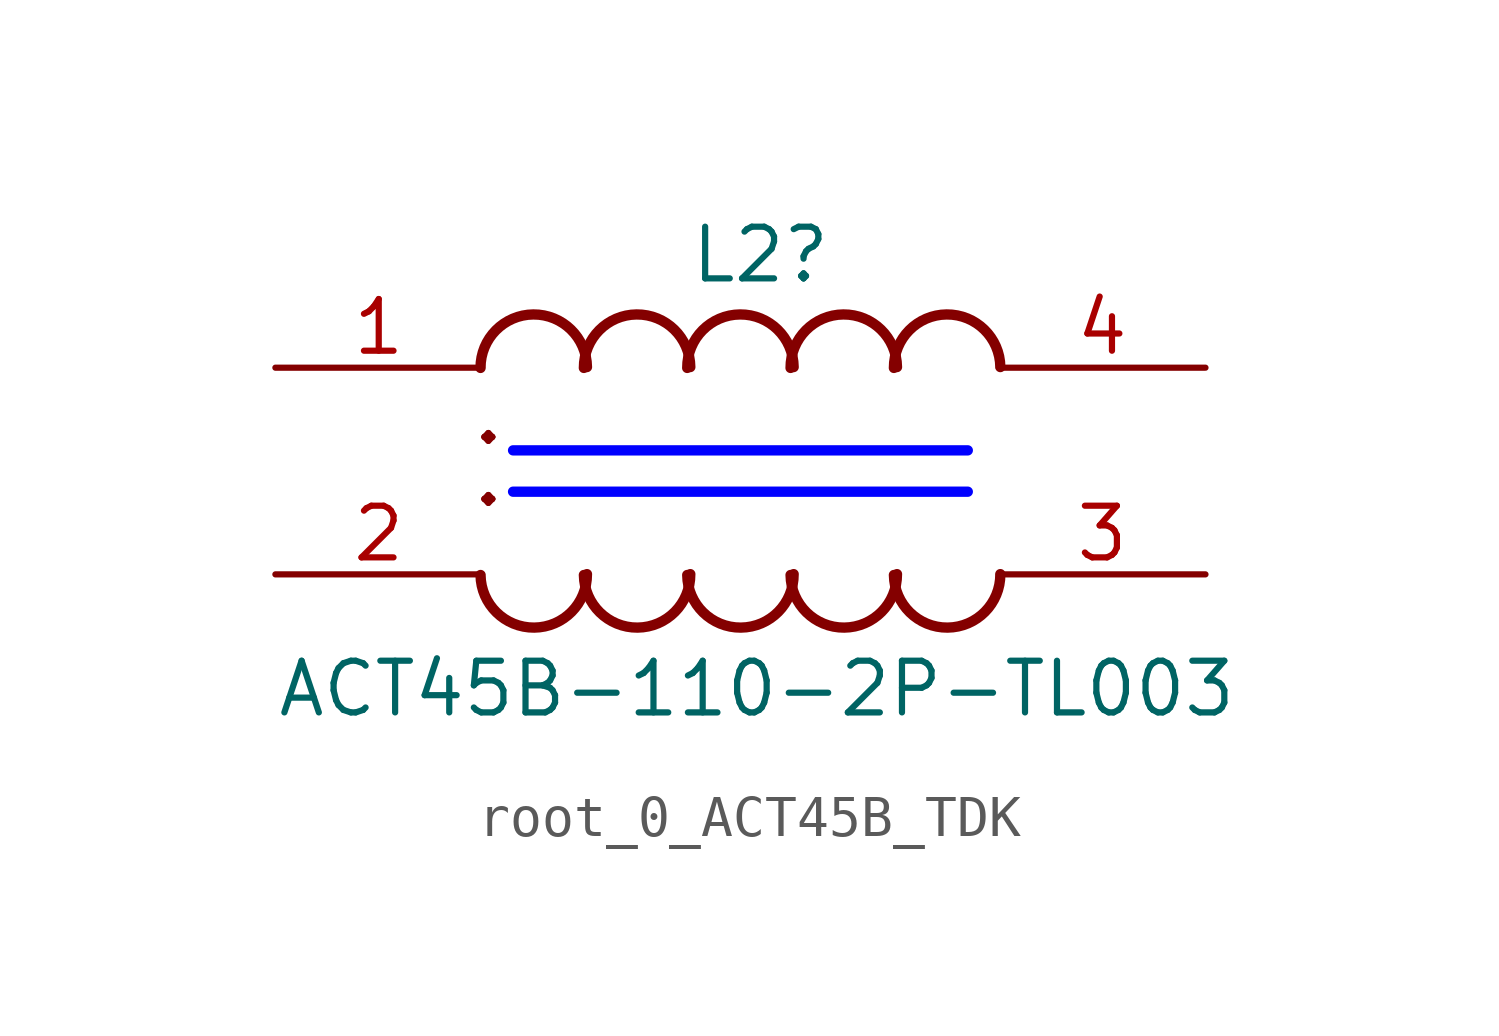
<source format=kicad_sym>
(kicad_symbol_lib
  (version 20220914)
  (generator kicad_symbol_editor)
  (symbol "root_0_ACT45B_TDK"
    (property "Reference" "L2"
      (at 10.16 2.032 0)
      (effects (font (size 1.27 1.27)) (justify left bottom)))
    (property "Value" "ACT45B-110-2P-TL003"
      (at 0 -8.636 0)
      (effects (font (size 1.27 1.27)) (justify left bottom)))
    (symbol "root_0_ACT45B_TDK_1_0"
      (polyline (pts (xy 5.842 -3.048) (xy 17.018 -3.048)) (stroke (width 0.254) (type solid) (color 0 0 255 1)) (fill (type none)))
      (polyline (pts (xy 5.842 -2.032) (xy 17.018 -2.032)) (stroke (width 0.254) (type solid) (color 0 0 255 1)) (fill (type none)))
      (arc (start 5.0421 -5.0955) (mid 6.3606 -6.3879) (end 7.658 -5.0743) (stroke (width 0.254) (type solid)) (fill (type none)))
      (arc (start 7.5821 -5.0955) (mid 8.9006 -6.3879) (end 10.198 -5.0743) (stroke (width 0.254) (type solid)) (fill (type none)))
      (arc (start 7.6579 0.0155) (mid 6.3394 1.3079) (end 5.042 -0.0057) (stroke (width 0.254) (type solid)) (fill (type none)))
      (arc (start 10.1221 -5.0955) (mid 11.4406 -6.3879) (end 12.738 -5.0743) (stroke (width 0.254) (type solid)) (fill (type none)))
      (arc (start 10.1979 0.0155) (mid 8.8794 1.3079) (end 7.582 -0.0057) (stroke (width 0.254) (type solid)) (fill (type none)))
      (arc (start 12.6621 -5.0955) (mid 13.9806 -6.3879) (end 15.278 -5.0743) (stroke (width 0.254) (type solid)) (fill (type none)))
      (arc (start 12.7379 0.0155) (mid 11.4194 1.3079) (end 10.122 -0.0057) (stroke (width 0.254) (type solid)) (fill (type none)))
      (arc (start 15.2021 -5.0955) (mid 16.5206 -6.3879) (end 17.818 -5.0743) (stroke (width 0.254) (type solid)) (fill (type none)))
      (arc (start 15.2779 0.0155) (mid 13.9594 1.3079) (end 12.662 -0.0057) (stroke (width 0.254) (type solid)) (fill (type none)))
      (arc (start 17.8179 0.0155) (mid 16.4994 1.3079) (end 15.202 -0.0057) (stroke (width 0.254) (type solid)) (fill (type none)))
      (text "." (at 5.588 -3.81 900) (effects (font (size 2.032 2.032)) (justify left bottom)))
      (text "." (at 5.588 -2.286 900) (effects (font (size 2.032 2.032)) (justify left bottom)))
      (pin passive line (at 0 0 0) (length 5.08) (name "1" (effects (font (size 0 0)))) (number "1" (effects (font (size 1.27 1.27)))))
      (pin passive line (at 0 -5.08 0) (length 5.08) (name "2" (effects (font (size 0 0)))) (number "2" (effects (font (size 1.27 1.27)))))
      (pin passive line (at 22.86 -5.08 180) (length 5.08) (name "3" (effects (font (size 0 0)))) (number "3" (effects (font (size 1.27 1.27)))))
      (pin passive line (at 22.86 0 180) (length 5.08) (name "4" (effects (font (size 0 0)))) (number "4" (effects (font (size 1.27 1.27))))))))
</source>
